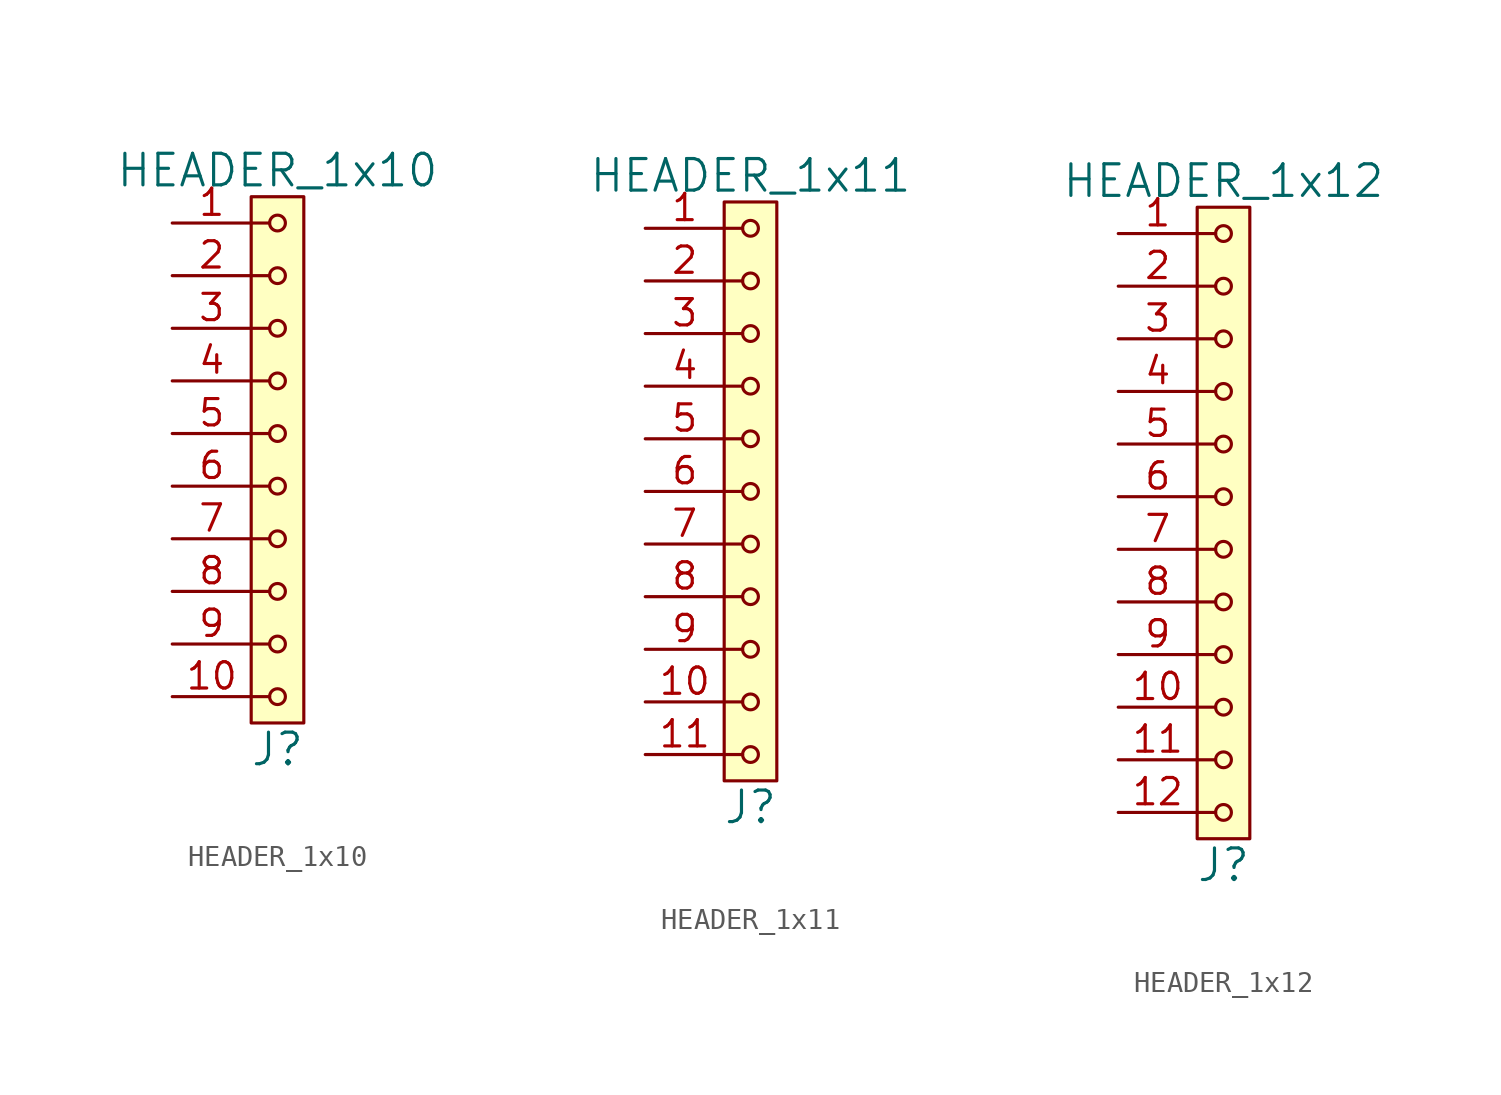
<source format=kicad_sym>
(kicad_symbol_lib
  (version 20211014)
  (generator kicad_symbol_editor)
  (symbol "HEADER_1x10"
    (pin_names
      (offset 1.016))
    (property "Reference" "J"
      (at 0 -13.97 0)
      (effects (font (size 1.524 1.524))))
    (property "Value" "HEADER_1x10"
      (at 0 13.97 0)
      (effects (font (size 1.524 1.524))))
    (property "Footprint" ""
      (at 0 11.43 0)
      (effects (font (size 1.524 1.524))))
    (property "Datasheet" ""
      (at 0 11.43 0)
      (effects (font (size 1.524 1.524))))
    (symbol "HEADER_1x10_0_1"
      (rectangle (start -1.27 12.7) (end 1.27 -12.7) (stroke (width 0) (type default) (color 0 0 0 0)) (fill (type background)))
      (circle (center 0 -11.43) (radius 0.381) (stroke (width 0) (type default) (color 0 0 0 0)) (fill (type none)))
      (circle (center 0 -8.89) (radius 0.381) (stroke (width 0) (type default) (color 0 0 0 0)) (fill (type none)))
      (circle (center 0 -6.35) (radius 0.381) (stroke (width 0) (type default) (color 0 0 0 0)) (fill (type none)))
      (circle (center 0 -3.81) (radius 0.381) (stroke (width 0) (type default) (color 0 0 0 0)) (fill (type none)))
      (circle (center 0 -1.27) (radius 0.381) (stroke (width 0) (type default) (color 0 0 0 0)) (fill (type none)))
      (polyline (pts (xy -1.27 -11.43) (xy -0.381 -11.43)) (stroke (width 0) (type default) (color 0 0 0 0)) (fill (type none)))
      (polyline (pts (xy -1.27 -8.89) (xy -0.381 -8.89)) (stroke (width 0) (type default) (color 0 0 0 0)) (fill (type none)))
      (polyline (pts (xy -1.27 -6.35) (xy -0.381 -6.35)) (stroke (width 0) (type default) (color 0 0 0 0)) (fill (type none)))
      (polyline (pts (xy -1.27 -3.81) (xy -0.381 -3.81)) (stroke (width 0) (type default) (color 0 0 0 0)) (fill (type none)))
      (polyline (pts (xy -1.27 -1.27) (xy -0.381 -1.27)) (stroke (width 0) (type default) (color 0 0 0 0)) (fill (type none)))
      (polyline (pts (xy -1.27 1.27) (xy -0.381 1.27)) (stroke (width 0) (type default) (color 0 0 0 0)) (fill (type none)))
      (polyline (pts (xy -1.27 3.81) (xy -0.381 3.81)) (stroke (width 0) (type default) (color 0 0 0 0)) (fill (type none)))
      (polyline (pts (xy -1.27 6.35) (xy -0.381 6.35)) (stroke (width 0) (type default) (color 0 0 0 0)) (fill (type none)))
      (polyline (pts (xy -1.27 8.89) (xy -0.381 8.89)) (stroke (width 0) (type default) (color 0 0 0 0)) (fill (type none)))
      (polyline (pts (xy -1.27 11.43) (xy -0.381 11.43)) (stroke (width 0) (type default) (color 0 0 0 0)) (fill (type none)))
      (circle (center 0 1.27) (radius 0.381) (stroke (width 0) (type default) (color 0 0 0 0)) (fill (type none)))
      (circle (center 0 3.81) (radius 0.381) (stroke (width 0) (type default) (color 0 0 0 0)) (fill (type none)))
      (circle (center 0 6.35) (radius 0.381) (stroke (width 0) (type default) (color 0 0 0 0)) (fill (type none)))
      (circle (center 0 8.89) (radius 0.381) (stroke (width 0) (type default) (color 0 0 0 0)) (fill (type none)))
      (circle (center 0 11.43) (radius 0.381) (stroke (width 0) (type default) (color 0 0 0 0)) (fill (type none))))
    (symbol "HEADER_1x10_1_1"
      (pin input line (at -5.08 11.43 0) (length 3.81) (name "~" (effects (font (size 1.27 1.27)))) (number "1" (effects (font (size 1.27 1.27)))))
      (pin input line (at -5.08 -11.43 0) (length 3.81) (name "~" (effects (font (size 1.27 1.27)))) (number "10" (effects (font (size 1.27 1.27)))))
      (pin input line (at -5.08 8.89 0) (length 3.81) (name "~" (effects (font (size 1.27 1.27)))) (number "2" (effects (font (size 1.27 1.27)))))
      (pin input line (at -5.08 6.35 0) (length 3.81) (name "~" (effects (font (size 1.27 1.27)))) (number "3" (effects (font (size 1.27 1.27)))))
      (pin input line (at -5.08 3.81 0) (length 3.81) (name "~" (effects (font (size 1.27 1.27)))) (number "4" (effects (font (size 1.27 1.27)))))
      (pin input line (at -5.08 1.27 0) (length 3.81) (name "~" (effects (font (size 1.27 1.27)))) (number "5" (effects (font (size 1.27 1.27)))))
      (pin input line (at -5.08 -1.27 0) (length 3.81) (name "~" (effects (font (size 1.27 1.27)))) (number "6" (effects (font (size 1.27 1.27)))))
      (pin input line (at -5.08 -3.81 0) (length 3.81) (name "~" (effects (font (size 1.27 1.27)))) (number "7" (effects (font (size 1.27 1.27)))))
      (pin input line (at -5.08 -6.35 0) (length 3.81) (name "~" (effects (font (size 1.27 1.27)))) (number "8" (effects (font (size 1.27 1.27)))))
      (pin input line (at -5.08 -8.89 0) (length 3.81) (name "~" (effects (font (size 1.27 1.27)))) (number "9" (effects (font (size 1.27 1.27)))))))
  (symbol "HEADER_1x11"
    (pin_names
      (offset 1.016))
    (property "Reference" "J"
      (at 0 -15.24 0)
      (effects (font (size 1.524 1.524))))
    (property "Value" "HEADER_1x11"
      (at 0 15.24 0)
      (effects (font (size 1.524 1.524))))
    (property "Footprint" ""
      (at 0 12.7 0)
      (effects (font (size 1.524 1.524))))
    (property "Datasheet" ""
      (at 0 12.7 0)
      (effects (font (size 1.524 1.524))))
    (symbol "HEADER_1x11_0_1"
      (rectangle (start -1.27 13.97) (end 1.27 -13.97) (stroke (width 0) (type default) (color 0 0 0 0)) (fill (type background)))
      (circle (center 0 -12.7) (radius 0.381) (stroke (width 0) (type default) (color 0 0 0 0)) (fill (type none)))
      (circle (center 0 -10.16) (radius 0.381) (stroke (width 0) (type default) (color 0 0 0 0)) (fill (type none)))
      (circle (center 0 -7.62) (radius 0.381) (stroke (width 0) (type default) (color 0 0 0 0)) (fill (type none)))
      (circle (center 0 -5.08) (radius 0.381) (stroke (width 0) (type default) (color 0 0 0 0)) (fill (type none)))
      (circle (center 0 -2.54) (radius 0.381) (stroke (width 0) (type default) (color 0 0 0 0)) (fill (type none)))
      (polyline (pts (xy -1.27 -12.7) (xy -0.381 -12.7)) (stroke (width 0) (type default) (color 0 0 0 0)) (fill (type none)))
      (polyline (pts (xy -1.27 -10.16) (xy -0.381 -10.16)) (stroke (width 0) (type default) (color 0 0 0 0)) (fill (type none)))
      (polyline (pts (xy -1.27 -7.62) (xy -0.381 -7.62)) (stroke (width 0) (type default) (color 0 0 0 0)) (fill (type none)))
      (polyline (pts (xy -1.27 -5.08) (xy -0.381 -5.08)) (stroke (width 0) (type default) (color 0 0 0 0)) (fill (type none)))
      (polyline (pts (xy -1.27 -2.54) (xy -0.381 -2.54)) (stroke (width 0) (type default) (color 0 0 0 0)) (fill (type none)))
      (polyline (pts (xy -1.27 0) (xy -0.381 0)) (stroke (width 0) (type default) (color 0 0 0 0)) (fill (type none)))
      (polyline (pts (xy -1.27 2.54) (xy -0.381 2.54)) (stroke (width 0) (type default) (color 0 0 0 0)) (fill (type none)))
      (polyline (pts (xy -1.27 5.08) (xy -0.381 5.08)) (stroke (width 0) (type default) (color 0 0 0 0)) (fill (type none)))
      (polyline (pts (xy -1.27 7.62) (xy -0.381 7.62)) (stroke (width 0) (type default) (color 0 0 0 0)) (fill (type none)))
      (polyline (pts (xy -1.27 10.16) (xy -0.381 10.16)) (stroke (width 0) (type default) (color 0 0 0 0)) (fill (type none)))
      (polyline (pts (xy -1.27 12.7) (xy -0.381 12.7)) (stroke (width 0) (type default) (color 0 0 0 0)) (fill (type none)))
      (circle (center 0 0) (radius 0.381) (stroke (width 0) (type default) (color 0 0 0 0)) (fill (type none)))
      (circle (center 0 2.54) (radius 0.381) (stroke (width 0) (type default) (color 0 0 0 0)) (fill (type none)))
      (circle (center 0 5.08) (radius 0.381) (stroke (width 0) (type default) (color 0 0 0 0)) (fill (type none)))
      (circle (center 0 7.62) (radius 0.381) (stroke (width 0) (type default) (color 0 0 0 0)) (fill (type none)))
      (circle (center 0 10.16) (radius 0.381) (stroke (width 0) (type default) (color 0 0 0 0)) (fill (type none)))
      (circle (center 0 12.7) (radius 0.381) (stroke (width 0) (type default) (color 0 0 0 0)) (fill (type none))))
    (symbol "HEADER_1x11_1_1"
      (pin input line (at -5.08 12.7 0) (length 3.81) (name "~" (effects (font (size 1.27 1.27)))) (number "1" (effects (font (size 1.27 1.27)))))
      (pin input line (at -5.08 -10.16 0) (length 3.81) (name "~" (effects (font (size 1.27 1.27)))) (number "10" (effects (font (size 1.27 1.27)))))
      (pin input line (at -5.08 -12.7 0) (length 3.81) (name "~" (effects (font (size 1.27 1.27)))) (number "11" (effects (font (size 1.27 1.27)))))
      (pin input line (at -5.08 10.16 0) (length 3.81) (name "~" (effects (font (size 1.27 1.27)))) (number "2" (effects (font (size 1.27 1.27)))))
      (pin input line (at -5.08 7.62 0) (length 3.81) (name "~" (effects (font (size 1.27 1.27)))) (number "3" (effects (font (size 1.27 1.27)))))
      (pin input line (at -5.08 5.08 0) (length 3.81) (name "~" (effects (font (size 1.27 1.27)))) (number "4" (effects (font (size 1.27 1.27)))))
      (pin input line (at -5.08 2.54 0) (length 3.81) (name "~" (effects (font (size 1.27 1.27)))) (number "5" (effects (font (size 1.27 1.27)))))
      (pin input line (at -5.08 0 0) (length 3.81) (name "~" (effects (font (size 1.27 1.27)))) (number "6" (effects (font (size 1.27 1.27)))))
      (pin input line (at -5.08 -2.54 0) (length 3.81) (name "~" (effects (font (size 1.27 1.27)))) (number "7" (effects (font (size 1.27 1.27)))))
      (pin input line (at -5.08 -5.08 0) (length 3.81) (name "~" (effects (font (size 1.27 1.27)))) (number "8" (effects (font (size 1.27 1.27)))))
      (pin input line (at -5.08 -7.62 0) (length 3.81) (name "~" (effects (font (size 1.27 1.27)))) (number "9" (effects (font (size 1.27 1.27)))))))
  (symbol "HEADER_1x12"
    (pin_names
      (offset 1.016))
    (property "Reference" "J"
      (at 0 -16.51 0)
      (effects (font (size 1.524 1.524))))
    (property "Value" "HEADER_1x12"
      (at 0 16.51 0)
      (effects (font (size 1.524 1.524))))
    (property "Footprint" ""
      (at 0 13.97 0)
      (effects (font (size 1.524 1.524))))
    (property "Datasheet" ""
      (at 0 13.97 0)
      (effects (font (size 1.524 1.524))))
    (symbol "HEADER_1x12_0_1"
      (rectangle (start -1.27 15.24) (end 1.27 -15.24) (stroke (width 0) (type default) (color 0 0 0 0)) (fill (type background)))
      (circle (center 0 -13.97) (radius 0.381) (stroke (width 0) (type default) (color 0 0 0 0)) (fill (type none)))
      (circle (center 0 -11.43) (radius 0.381) (stroke (width 0) (type default) (color 0 0 0 0)) (fill (type none)))
      (circle (center 0 -8.89) (radius 0.381) (stroke (width 0) (type default) (color 0 0 0 0)) (fill (type none)))
      (circle (center 0 -6.35) (radius 0.381) (stroke (width 0) (type default) (color 0 0 0 0)) (fill (type none)))
      (circle (center 0 -3.81) (radius 0.381) (stroke (width 0) (type default) (color 0 0 0 0)) (fill (type none)))
      (circle (center 0 -1.27) (radius 0.381) (stroke (width 0) (type default) (color 0 0 0 0)) (fill (type none)))
      (polyline (pts (xy -1.27 -13.97) (xy -0.381 -13.97)) (stroke (width 0) (type default) (color 0 0 0 0)) (fill (type none)))
      (polyline (pts (xy -1.27 -11.43) (xy -0.381 -11.43)) (stroke (width 0) (type default) (color 0 0 0 0)) (fill (type none)))
      (polyline (pts (xy -1.27 -8.89) (xy -0.381 -8.89)) (stroke (width 0) (type default) (color 0 0 0 0)) (fill (type none)))
      (polyline (pts (xy -1.27 -6.35) (xy -0.381 -6.35)) (stroke (width 0) (type default) (color 0 0 0 0)) (fill (type none)))
      (polyline (pts (xy -1.27 -3.81) (xy -0.381 -3.81)) (stroke (width 0) (type default) (color 0 0 0 0)) (fill (type none)))
      (polyline (pts (xy -1.27 -1.27) (xy -0.381 -1.27)) (stroke (width 0) (type default) (color 0 0 0 0)) (fill (type none)))
      (polyline (pts (xy -1.27 1.27) (xy -0.381 1.27)) (stroke (width 0) (type default) (color 0 0 0 0)) (fill (type none)))
      (polyline (pts (xy -1.27 3.81) (xy -0.381 3.81)) (stroke (width 0) (type default) (color 0 0 0 0)) (fill (type none)))
      (polyline (pts (xy -1.27 6.35) (xy -0.381 6.35)) (stroke (width 0) (type default) (color 0 0 0 0)) (fill (type none)))
      (polyline (pts (xy -1.27 8.89) (xy -0.381 8.89)) (stroke (width 0) (type default) (color 0 0 0 0)) (fill (type none)))
      (polyline (pts (xy -1.27 11.43) (xy -0.381 11.43)) (stroke (width 0) (type default) (color 0 0 0 0)) (fill (type none)))
      (polyline (pts (xy -1.27 13.97) (xy -0.381 13.97)) (stroke (width 0) (type default) (color 0 0 0 0)) (fill (type none)))
      (circle (center 0 1.27) (radius 0.381) (stroke (width 0) (type default) (color 0 0 0 0)) (fill (type none)))
      (circle (center 0 3.81) (radius 0.381) (stroke (width 0) (type default) (color 0 0 0 0)) (fill (type none)))
      (circle (center 0 6.35) (radius 0.381) (stroke (width 0) (type default) (color 0 0 0 0)) (fill (type none)))
      (circle (center 0 8.89) (radius 0.381) (stroke (width 0) (type default) (color 0 0 0 0)) (fill (type none)))
      (circle (center 0 11.43) (radius 0.381) (stroke (width 0) (type default) (color 0 0 0 0)) (fill (type none)))
      (circle (center 0 13.97) (radius 0.381) (stroke (width 0) (type default) (color 0 0 0 0)) (fill (type none))))
    (symbol "HEADER_1x12_1_1"
      (pin input line (at -5.08 13.97 0) (length 3.81) (name "~" (effects (font (size 1.27 1.27)))) (number "1" (effects (font (size 1.27 1.27)))))
      (pin input line (at -5.08 -8.89 0) (length 3.81) (name "~" (effects (font (size 1.27 1.27)))) (number "10" (effects (font (size 1.27 1.27)))))
      (pin input line (at -5.08 -11.43 0) (length 3.81) (name "~" (effects (font (size 1.27 1.27)))) (number "11" (effects (font (size 1.27 1.27)))))
      (pin input line (at -5.08 -13.97 0) (length 3.81) (name "~" (effects (font (size 1.27 1.27)))) (number "12" (effects (font (size 1.27 1.27)))))
      (pin input line (at -5.08 11.43 0) (length 3.81) (name "~" (effects (font (size 1.27 1.27)))) (number "2" (effects (font (size 1.27 1.27)))))
      (pin input line (at -5.08 8.89 0) (length 3.81) (name "~" (effects (font (size 1.27 1.27)))) (number "3" (effects (font (size 1.27 1.27)))))
      (pin input line (at -5.08 6.35 0) (length 3.81) (name "~" (effects (font (size 1.27 1.27)))) (number "4" (effects (font (size 1.27 1.27)))))
      (pin input line (at -5.08 3.81 0) (length 3.81) (name "~" (effects (font (size 1.27 1.27)))) (number "5" (effects (font (size 1.27 1.27)))))
      (pin input line (at -5.08 1.27 0) (length 3.81) (name "~" (effects (font (size 1.27 1.27)))) (number "6" (effects (font (size 1.27 1.27)))))
      (pin input line (at -5.08 -1.27 0) (length 3.81) (name "~" (effects (font (size 1.27 1.27)))) (number "7" (effects (font (size 1.27 1.27)))))
      (pin input line (at -5.08 -3.81 0) (length 3.81) (name "~" (effects (font (size 1.27 1.27)))) (number "8" (effects (font (size 1.27 1.27)))))
      (pin input line (at -5.08 -6.35 0) (length 3.81) (name "~" (effects (font (size 1.27 1.27)))) (number "9" (effects (font (size 1.27 1.27))))))))
</source>
